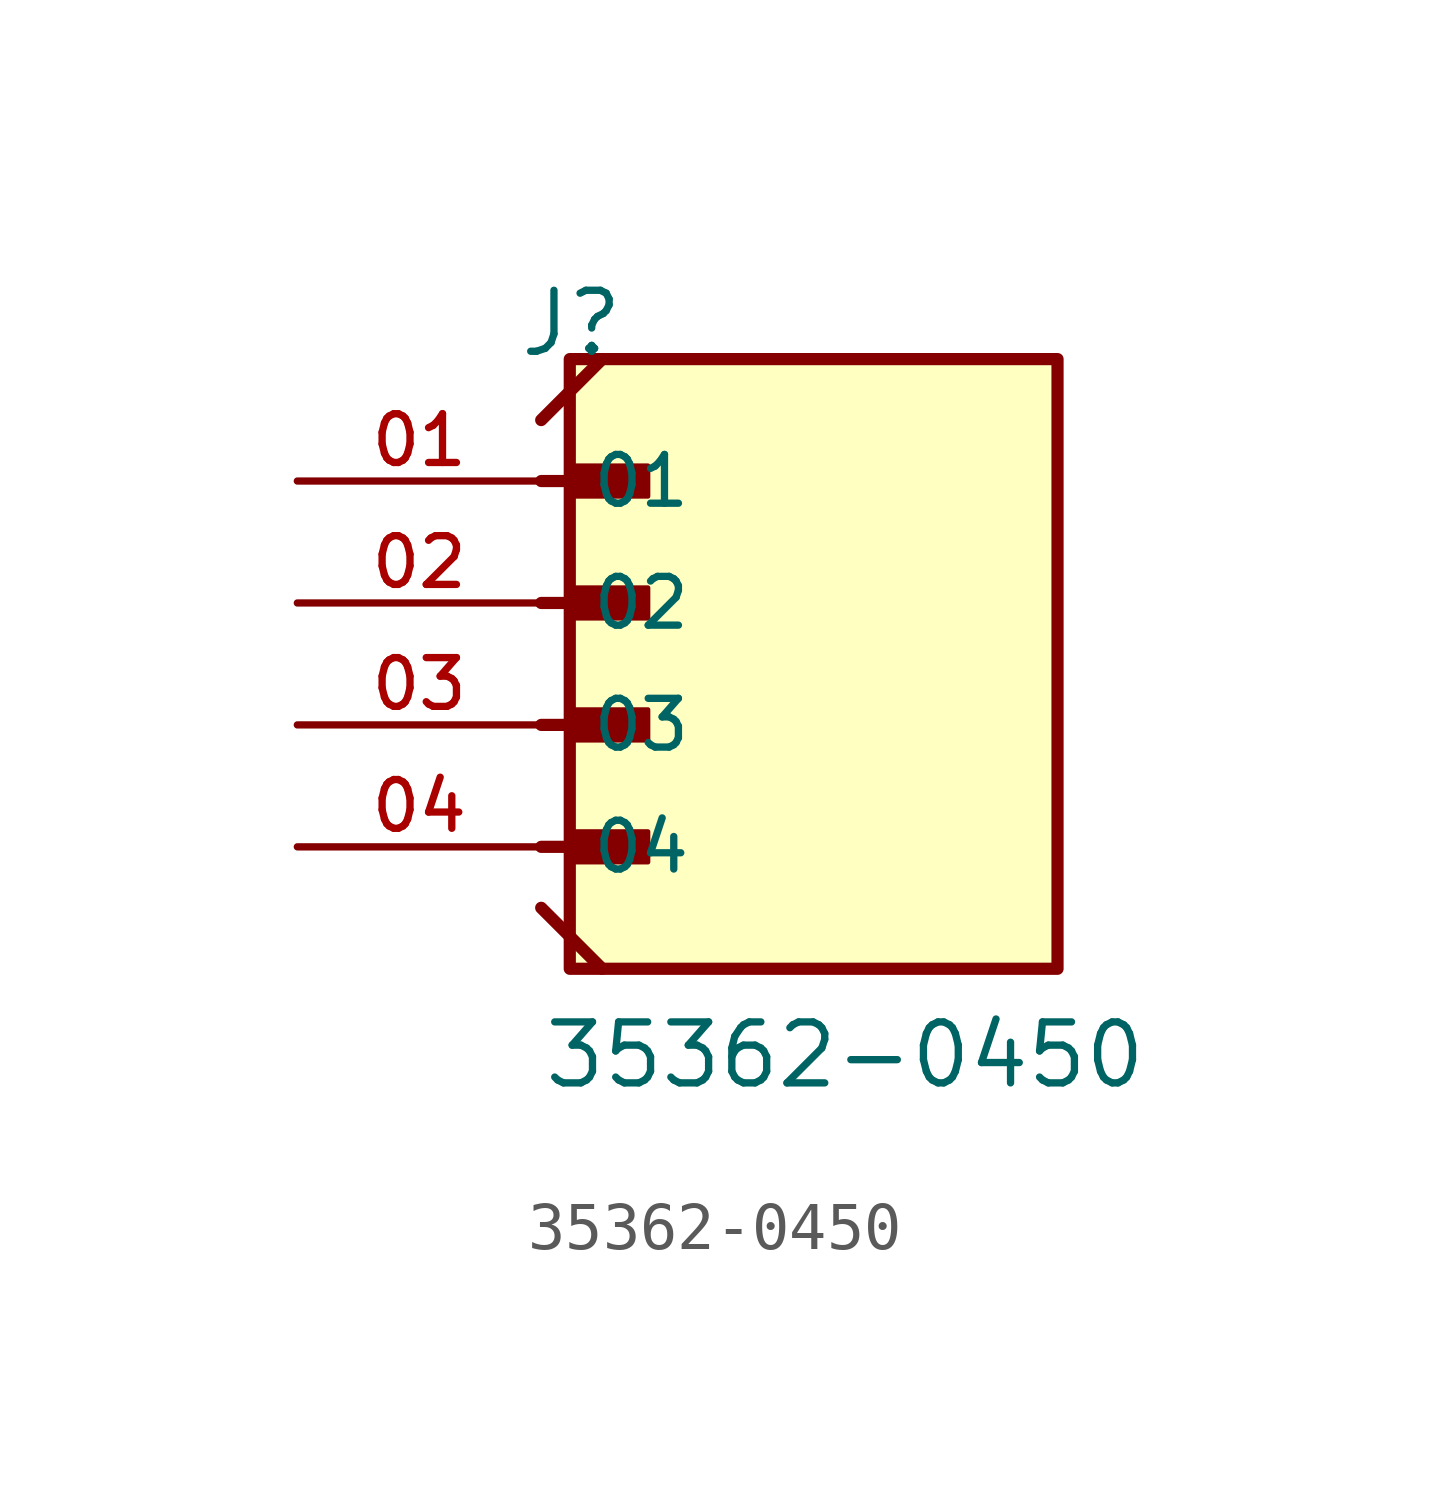
<source format=kicad_sym>
(kicad_symbol_lib
  (version 20211014)
  (generator kicad_symbol_editor)
  (symbol "35362-0450"
    (pin_names
      (offset 1.016))
    (property "Reference" "J"
      (at -5.58 7.62 0)
      (effects (font (size 1.27 1.27)) (justify bottom left)))
    (property "Value" "35362-0450"
      (at -5.08 -7.62 0)
      (effects (font (size 1.27 1.27)) (justify bottom left)))
    (symbol "35362-0450_0_0"
      (polyline (pts (xy -5.08 5.08) (xy -3.175 5.08)) (stroke (width 0.254)))
      (rectangle (start -4.445 4.763) (end -2.857 5.397) (stroke (width 0.1)) (fill (type outline)))
      (polyline (pts (xy -5.08 2.54) (xy -3.175 2.54)) (stroke (width 0.254)))
      (rectangle (start -4.445 2.223) (end -2.857 2.857) (stroke (width 0.1)) (fill (type outline)))
      (polyline (pts (xy -5.08 0.0) (xy -3.175 0.0)) (stroke (width 0.254)))
      (rectangle (start -4.445 -0.318) (end -2.857 0.318) (stroke (width 0.1)) (fill (type outline)))
      (polyline (pts (xy -5.08 -2.54) (xy -3.175 -2.54)) (stroke (width 0.254)))
      (rectangle (start -4.445 -2.857) (end -2.857 -2.223) (stroke (width 0.1)) (fill (type outline)))
      (polyline (pts (xy -5.08 -3.81) (xy -3.81 -5.08)) (stroke (width 0.254)))
      (polyline (pts (xy -5.08 6.35) (xy -3.81 7.62)) (stroke (width 0.254)))
      (rectangle (start -4.485 -5.08) (end 5.675 7.62) (stroke (width 0.254)) (fill (type background)))
      (pin passive line (at -10.16 5.08 0) (length 5.08) (name "01" (effects (font (size 1.016 1.016)))) (number "01" (effects (font (size 1.016 1.016)))))
      (pin passive line (at -10.16 2.54 0) (length 5.08) (name "02" (effects (font (size 1.016 1.016)))) (number "02" (effects (font (size 1.016 1.016)))))
      (pin passive line (at -10.16 0.0 0) (length 5.08) (name "03" (effects (font (size 1.016 1.016)))) (number "03" (effects (font (size 1.016 1.016)))))
      (pin passive line (at -10.16 -2.54 0) (length 5.08) (name "04" (effects (font (size 1.016 1.016)))) (number "04" (effects (font (size 1.016 1.016))))))))
</source>
